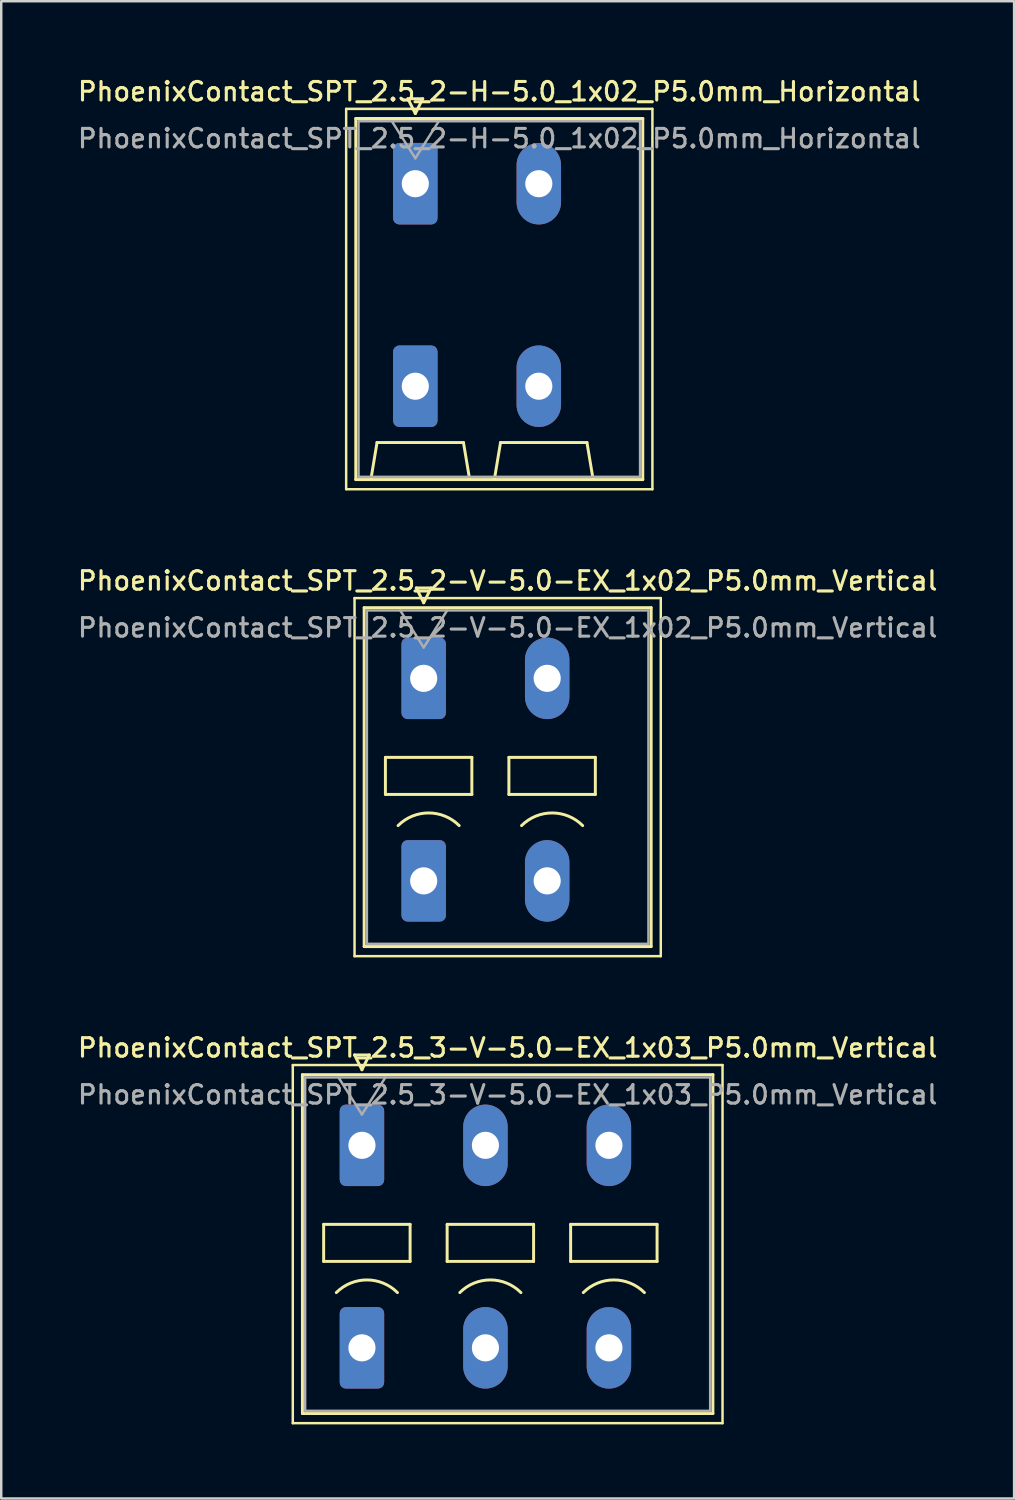
<source format=kicad_pcb>
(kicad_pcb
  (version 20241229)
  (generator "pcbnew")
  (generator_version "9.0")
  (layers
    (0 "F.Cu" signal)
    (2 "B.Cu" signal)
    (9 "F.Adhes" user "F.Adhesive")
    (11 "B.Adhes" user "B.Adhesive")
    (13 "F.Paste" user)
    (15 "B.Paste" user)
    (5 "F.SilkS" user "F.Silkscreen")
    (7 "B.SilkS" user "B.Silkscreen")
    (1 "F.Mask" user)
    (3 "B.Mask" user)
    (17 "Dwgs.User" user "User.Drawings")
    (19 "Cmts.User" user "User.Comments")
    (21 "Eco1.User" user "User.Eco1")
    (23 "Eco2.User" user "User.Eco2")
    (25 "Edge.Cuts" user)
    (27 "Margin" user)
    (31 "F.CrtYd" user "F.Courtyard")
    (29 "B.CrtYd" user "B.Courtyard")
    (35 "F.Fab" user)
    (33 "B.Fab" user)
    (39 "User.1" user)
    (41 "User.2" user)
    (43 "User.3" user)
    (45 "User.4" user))
  (footprint "PhoenixContact_SPT_2.5_3-V-5.0-EX_1x03_P5.0mm_Vertical"
    (layer "F.Cu")
    (at 11.605 43.324)
    (property "Reference" "PhoenixContact_SPT_2.5_3-V-5.0-EX_1x03_P5.0mm_Vertical" (at 5.9 -3.95 0) (layer "F.SilkS") (effects (font (size 0.75 0.75) (thickness 0.125))))
    (attr through_hole)
    (fp_line (start -2.8 -3.25) (end -2.8 11.25) (stroke (width 0.1) (type solid)) (layer "F.SilkS"))
    (fp_line (start -2.8 11.25) (end 14.6 11.25) (stroke (width 0.1) (type solid)) (layer "F.SilkS"))
    (fp_line (start -2.41 -2.86) (end 14.21 -2.86) (stroke (width 0.12) (type solid)) (layer "F.SilkS"))
    (fp_line (start -2.41 10.86) (end -2.41 -2.86) (stroke (width 0.12) (type solid)) (layer "F.SilkS"))
    (fp_line (start -1.55 3.2) (end -1.55 4.7) (stroke (width 0.12) (type solid)) (layer "F.SilkS"))
    (fp_line (start -1.55 4.7) (end 1.95 4.7) (stroke (width 0.12) (type solid)) (layer "F.SilkS"))
    (fp_line (start -0.3 -3.66) (end 0 -3.06) (stroke (width 0.12) (type solid)) (layer "F.SilkS"))
    (fp_line (start -0.3 -3.66) (end 0.3 -3.66) (stroke (width 0.12) (type solid)) (layer "F.SilkS"))
    (fp_line (start 0.3 -3.66) (end 0 -3.06) (stroke (width 0.12) (type solid)) (layer "F.SilkS"))
    (fp_line (start 1.95 3.2) (end -1.55 3.2) (stroke (width 0.12) (type solid)) (layer "F.SilkS"))
    (fp_line (start 1.95 4.7) (end 1.95 3.2) (stroke (width 0.12) (type solid)) (layer "F.SilkS"))
    (fp_line (start 3.45 3.2) (end 3.45 4.7) (stroke (width 0.12) (type solid)) (layer "F.SilkS"))
    (fp_line (start 3.45 4.7) (end 6.95 4.7) (stroke (width 0.12) (type solid)) (layer "F.SilkS"))
    (fp_line (start 6.95 3.2) (end 3.45 3.2) (stroke (width 0.12) (type solid)) (layer "F.SilkS"))
    (fp_line (start 6.95 4.7) (end 6.95 3.2) (stroke (width 0.12) (type solid)) (layer "F.SilkS"))
    (fp_line (start 8.45 3.2) (end 8.45 4.7) (stroke (width 0.12) (type solid)) (layer "F.SilkS"))
    (fp_line (start 8.45 4.7) (end 11.95 4.7) (stroke (width 0.12) (type solid)) (layer "F.SilkS"))
    (fp_line (start 11.95 3.2) (end 8.45 3.2) (stroke (width 0.12) (type solid)) (layer "F.SilkS"))
    (fp_line (start 11.95 4.7) (end 11.95 3.2) (stroke (width 0.12) (type solid)) (layer "F.SilkS"))
    (fp_line (start 14.21 -2.86) (end 14.21 10.86) (stroke (width 0.12) (type solid)) (layer "F.SilkS"))
    (fp_line (start 14.21 10.86) (end -2.41 10.86) (stroke (width 0.12) (type solid)) (layer "F.SilkS"))
    (fp_line (start 14.6 -3.25) (end -2.8 -3.25) (stroke (width 0.1) (type solid)) (layer "F.SilkS"))
    (fp_line (start 14.6 11.25) (end 14.6 -3.25) (stroke (width 0.1) (type solid)) (layer "F.SilkS"))
    (fp_arc (start -1.037437 5.962563) (mid 0.2 5.45) (end 1.437437 5.962563) (stroke (width 0.12) (type solid)) (layer "F.SilkS"))
    (fp_arc (start 3.962563 5.962563) (mid 5.2 5.45) (end 6.437437 5.962563) (stroke (width 0.12) (type solid)) (layer "F.SilkS"))
    (fp_arc (start 8.962563 5.962563) (mid 10.2 5.45) (end 11.437437 5.962563) (stroke (width 0.12) (type solid)) (layer "F.SilkS"))
    (fp_line (start -2.3 -2.75) (end -2.3 10.75) (stroke (width 0.1) (type solid)) (layer "F.Fab"))
    (fp_line (start -2.3 10.75) (end 14.1 10.75) (stroke (width 0.1) (type solid)) (layer "F.Fab"))
    (fp_line (start -0.95 -2.75) (end 0 -1.25) (stroke (width 0.1) (type solid)) (layer "F.Fab"))
    (fp_line (start 0.95 -2.75) (end 0 -1.25) (stroke (width 0.1) (type solid)) (layer "F.Fab"))
    (fp_line (start 14.1 -2.75) (end -2.3 -2.75) (stroke (width 0.1) (type solid)) (layer "F.Fab"))
    (fp_line (start 14.1 10.75) (end 14.1 -2.75) (stroke (width 0.1) (type solid)) (layer "F.Fab"))
    (fp_text user "${REFERENCE}" (at 5.9 -2.05 0) (layer "F.Fab") (effects (font (size 0.75 0.75) (thickness 0.125))))
    (pad "1" thru_hole roundrect (at 0 0) (size 1.8 3.3) (drill 1.1) (layers "*.Cu" "*.Mask") (roundrect_rratio 0.139))
    (pad "1" thru_hole roundrect (at 0 8.2) (size 1.8 3.3) (drill 1.1) (layers "*.Cu" "*.Mask") (roundrect_rratio 0.139))
    (pad "2" thru_hole oval (at 5 0) (size 1.8 3.3) (drill 1.1) (layers "*.Cu" "*.Mask"))
    (pad "2" thru_hole oval (at 5 8.2) (size 1.8 3.3) (drill 1.1) (layers "*.Cu" "*.Mask"))
    (pad "3" thru_hole oval (at 10 0) (size 1.8 3.3) (drill 1.1) (layers "*.Cu" "*.Mask"))
    (pad "3" thru_hole oval (at 10 8.2) (size 1.8 3.3) (drill 1.1) (layers "*.Cu" "*.Mask")))
  (footprint "PhoenixContact_SPT_2.5_2-V-5.0-EX_1x02_P5.0mm_Vertical"
    (layer "F.Cu")
    (at 14.105 24.416)
    (property "Reference" "PhoenixContact_SPT_2.5_2-V-5.0-EX_1x02_P5.0mm_Vertical" (at 3.4 -3.95 0) (layer "F.SilkS") (effects (font (size 0.75 0.75) (thickness 0.125))))
    (attr through_hole)
    (fp_line (start -2.8 -3.25) (end -2.8 11.25) (stroke (width 0.1) (type solid)) (layer "F.SilkS"))
    (fp_line (start -2.8 11.25) (end 9.6 11.25) (stroke (width 0.1) (type solid)) (layer "F.SilkS"))
    (fp_line (start -2.41 -2.86) (end 9.21 -2.86) (stroke (width 0.12) (type solid)) (layer "F.SilkS"))
    (fp_line (start -2.41 10.86) (end -2.41 -2.86) (stroke (width 0.12) (type solid)) (layer "F.SilkS"))
    (fp_line (start -1.55 3.2) (end -1.55 4.7) (stroke (width 0.12) (type solid)) (layer "F.SilkS"))
    (fp_line (start -1.55 4.7) (end 1.95 4.7) (stroke (width 0.12) (type solid)) (layer "F.SilkS"))
    (fp_line (start -0.3 -3.66) (end 0 -3.06) (stroke (width 0.12) (type solid)) (layer "F.SilkS"))
    (fp_line (start -0.3 -3.66) (end 0.3 -3.66) (stroke (width 0.12) (type solid)) (layer "F.SilkS"))
    (fp_line (start 0.3 -3.66) (end 0 -3.06) (stroke (width 0.12) (type solid)) (layer "F.SilkS"))
    (fp_line (start 1.95 3.2) (end -1.55 3.2) (stroke (width 0.12) (type solid)) (layer "F.SilkS"))
    (fp_line (start 1.95 4.7) (end 1.95 3.2) (stroke (width 0.12) (type solid)) (layer "F.SilkS"))
    (fp_line (start 3.45 3.2) (end 3.45 4.7) (stroke (width 0.12) (type solid)) (layer "F.SilkS"))
    (fp_line (start 3.45 4.7) (end 6.95 4.7) (stroke (width 0.12) (type solid)) (layer "F.SilkS"))
    (fp_line (start 6.95 3.2) (end 3.45 3.2) (stroke (width 0.12) (type solid)) (layer "F.SilkS"))
    (fp_line (start 6.95 4.7) (end 6.95 3.2) (stroke (width 0.12) (type solid)) (layer "F.SilkS"))
    (fp_line (start 9.21 -2.86) (end 9.21 10.86) (stroke (width 0.12) (type solid)) (layer "F.SilkS"))
    (fp_line (start 9.21 10.86) (end -2.41 10.86) (stroke (width 0.12) (type solid)) (layer "F.SilkS"))
    (fp_line (start 9.6 -3.25) (end -2.8 -3.25) (stroke (width 0.1) (type solid)) (layer "F.SilkS"))
    (fp_line (start 9.6 11.25) (end 9.6 -3.25) (stroke (width 0.1) (type solid)) (layer "F.SilkS"))
    (fp_arc (start -1.037437 5.962563) (mid 0.2 5.45) (end 1.437437 5.962563) (stroke (width 0.12) (type solid)) (layer "F.SilkS"))
    (fp_arc (start 3.962563 5.962563) (mid 5.2 5.45) (end 6.437437 5.962563) (stroke (width 0.12) (type solid)) (layer "F.SilkS"))
    (fp_line (start -2.3 -2.75) (end -2.3 10.75) (stroke (width 0.1) (type solid)) (layer "F.Fab"))
    (fp_line (start -2.3 10.75) (end 9.1 10.75) (stroke (width 0.1) (type solid)) (layer "F.Fab"))
    (fp_line (start -0.95 -2.75) (end 0 -1.25) (stroke (width 0.1) (type solid)) (layer "F.Fab"))
    (fp_line (start 0.95 -2.75) (end 0 -1.25) (stroke (width 0.1) (type solid)) (layer "F.Fab"))
    (fp_line (start 9.1 -2.75) (end -2.3 -2.75) (stroke (width 0.1) (type solid)) (layer "F.Fab"))
    (fp_line (start 9.1 10.75) (end 9.1 -2.75) (stroke (width 0.1) (type solid)) (layer "F.Fab"))
    (fp_text user "${REFERENCE}" (at 3.4 -2.05 0) (layer "F.Fab") (effects (font (size 0.75 0.75) (thickness 0.125))))
    (pad "1" thru_hole roundrect (at 0 0) (size 1.8 3.3) (drill 1.1) (layers "*.Cu" "*.Mask") (roundrect_rratio 0.139))
    (pad "1" thru_hole roundrect (at 0 8.2) (size 1.8 3.3) (drill 1.1) (layers "*.Cu" "*.Mask") (roundrect_rratio 0.139))
    (pad "2" thru_hole oval (at 5 0) (size 1.8 3.3) (drill 1.1) (layers "*.Cu" "*.Mask"))
    (pad "2" thru_hole oval (at 5 8.2) (size 1.8 3.3) (drill 1.1) (layers "*.Cu" "*.Mask")))
  (footprint "PhoenixContact_SPT_2.5_2-H-5.0_1x02_P5.0mm_Horizontal"
    (layer "F.Cu")
    (at 13.766 4.388)
    (property "Reference" "PhoenixContact_SPT_2.5_2-H-5.0_1x02_P5.0mm_Horizontal" (at 3.4 -3.73 0) (layer "F.SilkS") (effects (font (size 0.75 0.75) (thickness 0.125))))
    (attr through_hole)
    (fp_line (start -2.8 -3.03) (end -2.8 12.37) (stroke (width 0.1) (type solid)) (layer "F.SilkS"))
    (fp_line (start -2.8 12.37) (end 9.6 12.37) (stroke (width 0.1) (type solid)) (layer "F.SilkS"))
    (fp_line (start -2.41 -2.64) (end 9.21 -2.64) (stroke (width 0.12) (type solid)) (layer "F.SilkS"))
    (fp_line (start -2.41 11.98) (end -2.41 -2.64) (stroke (width 0.12) (type solid)) (layer "F.SilkS"))
    (fp_line (start -1.8 11.98) (end -1.55 10.48) (stroke (width 0.12) (type solid)) (layer "F.SilkS"))
    (fp_line (start -1.55 10.48) (end 1.95 10.48) (stroke (width 0.12) (type solid)) (layer "F.SilkS"))
    (fp_line (start -0.3 -3.44) (end 0 -2.84) (stroke (width 0.12) (type solid)) (layer "F.SilkS"))
    (fp_line (start -0.3 -3.44) (end 0.3 -3.44) (stroke (width 0.12) (type solid)) (layer "F.SilkS"))
    (fp_line (start 0.3 -3.44) (end 0 -2.84) (stroke (width 0.12) (type solid)) (layer "F.SilkS"))
    (fp_line (start 2.2 11.98) (end 1.95 10.48) (stroke (width 0.12) (type solid)) (layer "F.SilkS"))
    (fp_line (start 3.2 11.98) (end 3.45 10.48) (stroke (width 0.12) (type solid)) (layer "F.SilkS"))
    (fp_line (start 3.45 10.48) (end 6.95 10.48) (stroke (width 0.12) (type solid)) (layer "F.SilkS"))
    (fp_line (start 7.2 11.98) (end 6.95 10.48) (stroke (width 0.12) (type solid)) (layer "F.SilkS"))
    (fp_line (start 9.21 -2.64) (end 9.21 11.98) (stroke (width 0.12) (type solid)) (layer "F.SilkS"))
    (fp_line (start 9.21 11.98) (end -2.41 11.98) (stroke (width 0.12) (type solid)) (layer "F.SilkS"))
    (fp_line (start 9.6 -3.03) (end -2.8 -3.03) (stroke (width 0.1) (type solid)) (layer "F.SilkS"))
    (fp_line (start 9.6 12.37) (end 9.6 -3.03) (stroke (width 0.1) (type solid)) (layer "F.SilkS"))
    (fp_line (start -2.3 -2.53) (end -2.3 11.87) (stroke (width 0.1) (type solid)) (layer "F.Fab"))
    (fp_line (start -2.3 11.87) (end 9.1 11.87) (stroke (width 0.1) (type solid)) (layer "F.Fab"))
    (fp_line (start -0.95 -2.53) (end 0 -1.03) (stroke (width 0.1) (type solid)) (layer "F.Fab"))
    (fp_line (start 0.95 -2.53) (end 0 -1.03) (stroke (width 0.1) (type solid)) (layer "F.Fab"))
    (fp_line (start 9.1 -2.53) (end -2.3 -2.53) (stroke (width 0.1) (type solid)) (layer "F.Fab"))
    (fp_line (start 9.1 11.87) (end 9.1 -2.53) (stroke (width 0.1) (type solid)) (layer "F.Fab"))
    (fp_text user "${REFERENCE}" (at 3.4 -1.83 0) (layer "F.Fab") (effects (font (size 0.75 0.75) (thickness 0.125))))
    (pad "1" thru_hole roundrect (at 0 0) (size 1.8 3.3) (drill 1.1) (layers "*.Cu" "*.Mask") (roundrect_rratio 0.139))
    (pad "1" thru_hole roundrect (at 0 8.2) (size 1.8 3.3) (drill 1.1) (layers "*.Cu" "*.Mask") (roundrect_rratio 0.139))
    (pad "2" thru_hole oval (at 5 0) (size 1.8 3.3) (drill 1.1) (layers "*.Cu" "*.Mask"))
    (pad "2" thru_hole oval (at 5 8.2) (size 1.8 3.3) (drill 1.1) (layers "*.Cu" "*.Mask")))
  (gr_rect
    (start -3 -3)
    (end 38.011 57.624)
    (stroke (width 0.1) (type default))
    (fill no)
    (layer "Edge.Cuts")))
</source>
